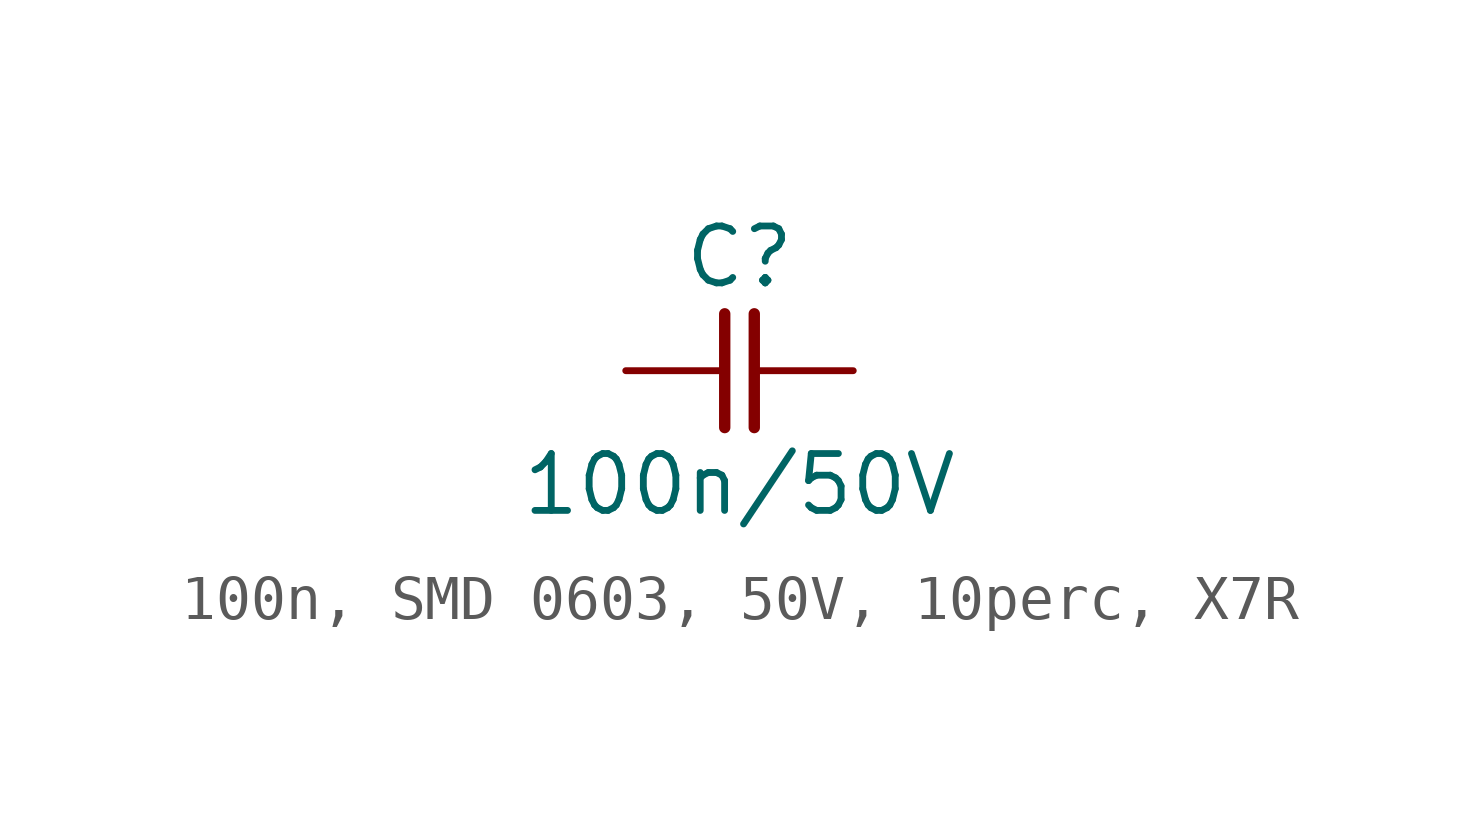
<source format=kicad_sym>
(kicad_symbol_lib
  (version 20220914)
  (generator kicad_symbol_editor)
  (symbol "100n, SMD 0603, 50V, 10perc, X7R"
    (pin_numbers hide)
    (pin_names
      (offset 0) hide)
    (property "Reference" "C"
      (at 0 2.54 0)
      (effects (font (size 1.27 1.27))))
    (property "Value" "100n/50V"
      (at 0 -2.54 0)
      (effects (font (size 1.27 1.27))))
    (symbol "100n, SMD 0603, 50V, 10perc, X7R_0_1"
      (polyline (pts (xy -0.33 1.27) (xy -0.33 -1.27)) (stroke (width 0.254) (type default)) (fill (type none)))
      (polyline (pts (xy 0.33 1.27) (xy 0.33 -1.27)) (stroke (width 0.254) (type default)) (fill (type none))))
    (symbol "100n, SMD 0603, 50V, 10perc, X7R_1_1"
      (pin passive line (at -2.54 0 0) (length 2.21) (name "1" (effects (font (size 1.27 1.27)))) (number "1" (effects (font (size 1.27 1.27)))))
      (pin passive line (at 2.54 0 180) (length 2.21) (name "2" (effects (font (size 1.27 1.27)))) (number "2" (effects (font (size 1.27 1.27))))))))
</source>
